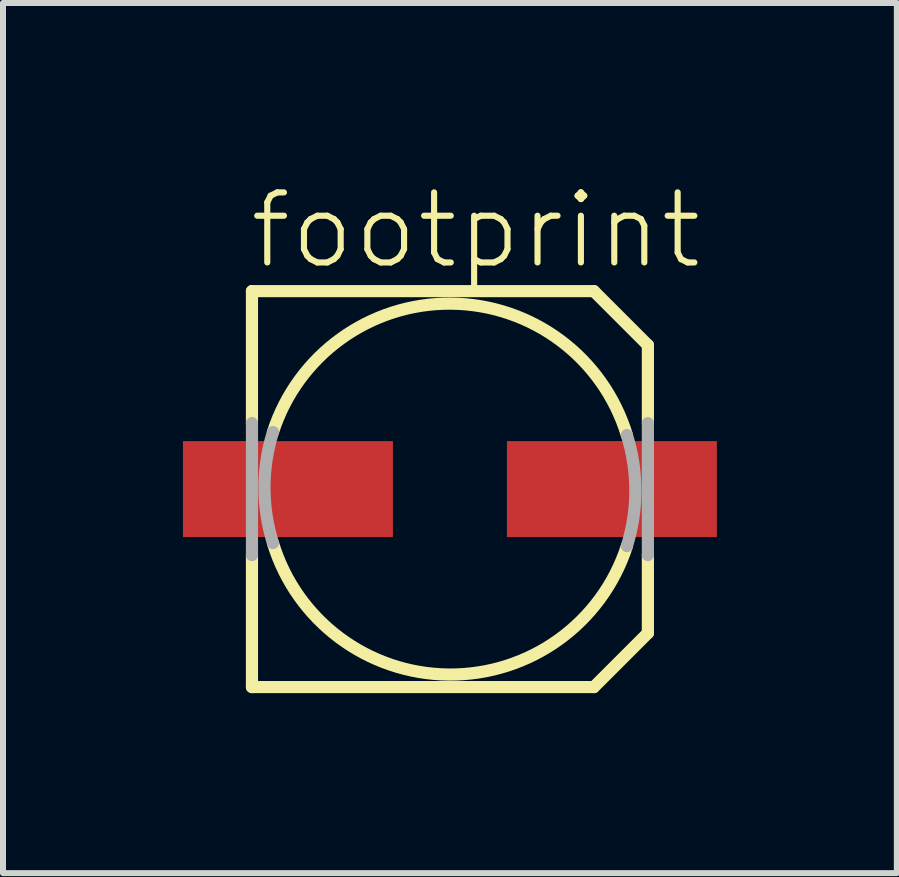
<source format=kicad_pcb>
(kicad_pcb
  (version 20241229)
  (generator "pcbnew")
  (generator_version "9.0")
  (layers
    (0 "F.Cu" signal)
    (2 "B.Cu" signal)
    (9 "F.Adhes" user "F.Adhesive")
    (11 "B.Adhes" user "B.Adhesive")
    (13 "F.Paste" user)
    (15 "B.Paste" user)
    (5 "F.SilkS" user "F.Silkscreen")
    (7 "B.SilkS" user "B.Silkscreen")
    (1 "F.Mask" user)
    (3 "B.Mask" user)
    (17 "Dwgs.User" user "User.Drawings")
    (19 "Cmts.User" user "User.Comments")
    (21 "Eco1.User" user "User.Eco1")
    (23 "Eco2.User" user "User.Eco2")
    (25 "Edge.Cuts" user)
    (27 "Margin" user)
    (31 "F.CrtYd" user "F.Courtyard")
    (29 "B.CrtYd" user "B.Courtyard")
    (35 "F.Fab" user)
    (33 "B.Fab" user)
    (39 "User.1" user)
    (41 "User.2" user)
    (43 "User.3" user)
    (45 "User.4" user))
  (footprint "footprint"
    (layer "F.Cu")
    (at 4.45 5.103)
    (property "Reference" "footprint" (at -3.39 -3.63 0) (layer "F.SilkS") (effects (font (size 1.168 1.168) (thickness 0.102)) (justify left bottom)))
    (fp_line (start -3.3 -3.3) (end 2.4 -3.3) (stroke (width 0.203) (type solid)) (layer "F.SilkS"))
    (fp_line (start -3.3 -1.1) (end -3.3 -3.3) (stroke (width 0.203) (type solid)) (layer "F.SilkS"))
    (fp_line (start -3.3 3.3) (end -3.3 1.1) (stroke (width 0.203) (type solid)) (layer "F.SilkS"))
    (fp_line (start 2.4 -3.3) (end 3.3 -2.4) (stroke (width 0.203) (type solid)) (layer "F.SilkS"))
    (fp_line (start 2.4 3.3) (end -3.3 3.3) (stroke (width 0.203) (type solid)) (layer "F.SilkS"))
    (fp_line (start 3.3 -2.4) (end 3.3 -1.1) (stroke (width 0.203) (type solid)) (layer "F.SilkS"))
    (fp_line (start 3.3 1.1) (end 3.3 2.4) (stroke (width 0.203) (type solid)) (layer "F.SilkS"))
    (fp_line (start 3.3 2.4) (end 2.4 3.3) (stroke (width 0.203) (type solid)) (layer "F.SilkS"))
    (fp_arc (start -2.95 -0.95) (mid 0.018362 -3.091623) (end 2.950002 -0.900001) (stroke (width 0.2032) (type solid)) (layer "F.SilkS"))
    (fp_arc (start 2.949998 0.949999) (mid -0.018362 3.09162) (end -2.95 0.9) (stroke (width 0.2032) (type solid)) (layer "F.SilkS"))
    (fp_line (start -3.3 1.1) (end -3.3 -1.1) (stroke (width 0.203) (type solid)) (layer "F.Fab"))
    (fp_line (start 3.3 -1.1) (end 3.3 1.1) (stroke (width 0.203) (type solid)) (layer "F.Fab"))
    (fp_arc (start -2.95 0.9) (mid -3.091622 -0.025) (end -2.95 -0.95) (stroke (width 0.2032) (type solid)) (layer "F.Fab"))
    (fp_arc (start 2.95 -0.9) (mid 3.091622 0.025) (end 2.95 0.95) (stroke (width 0.2032) (type solid)) (layer "F.Fab"))
    (pad "+" smd rect (at 2.7 0) (size 3.5 1.6) (layers "F.Cu" "F.Mask" "F.Paste"))
    (pad "-" smd rect (at -2.7 0) (size 3.5 1.6) (layers "F.Cu" "F.Mask" "F.Paste")))
  (gr_rect
    (start -3 -3)
    (end 11.9 11.505)
    (stroke (width 0.1) (type default))
    (fill no)
    (layer "Edge.Cuts")))
</source>
